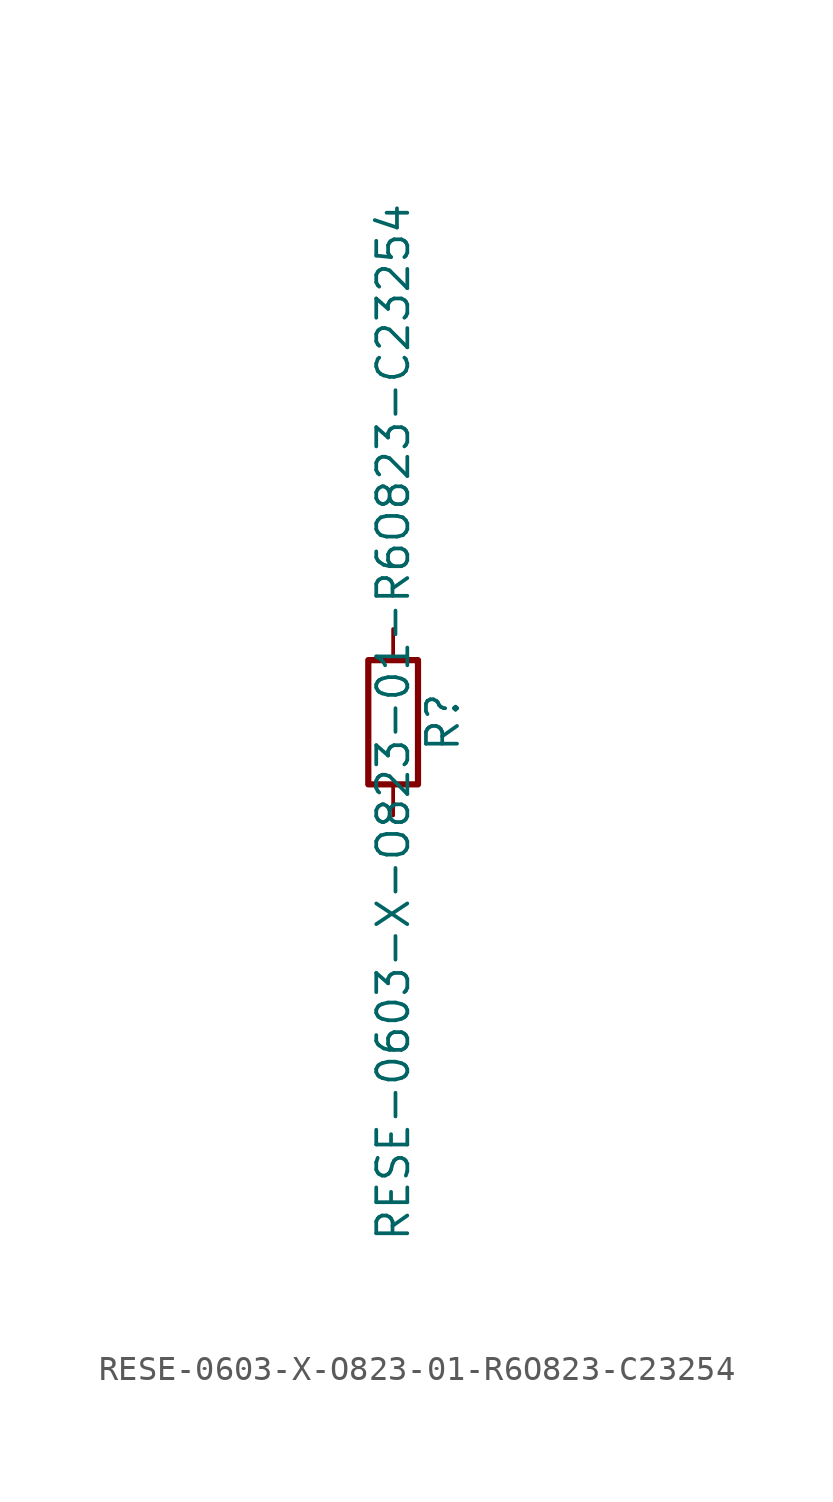
<source format=kicad_sym>
(kicad_symbol_lib
  (version 20211014)
  (generator kicad_symbol_editor)
  (symbol "RESE-0603-X-O823-01-R6O823-C23254"
    (pin_numbers hide)
    (pin_names
      (offset 0))
    (property "Reference" "R"
      (at 2.032 0 90)
      (effects (font (size 1.27 1.27))))
    (property "Value" "RESE-0603-X-O823-01-R6O823-C23254"
      (at 0 0 90)
      (effects (font (size 1.27 1.27))))
    (symbol "RESE-0603-X-O823-01-R6O823-C23254_0_1"
      (rectangle (start -1.016 -2.54) (end 1.016 2.54) (stroke (width 0.254) (type default) (color 0 0 0 0)) (fill (type none))))
    (symbol "RESE-0603-X-O823-01-R6O823-C23254_1_1"
      (pin passive line (at 0 3.81 270) (length 1.27) (name "~" (effects (font (size 1.27 1.27)))) (number "1" (effects (font (size 1.27 1.27)))))
      (pin passive line (at 0 -3.81 90) (length 1.27) (name "~" (effects (font (size 1.27 1.27)))) (number "2" (effects (font (size 1.27 1.27))))))))
</source>
